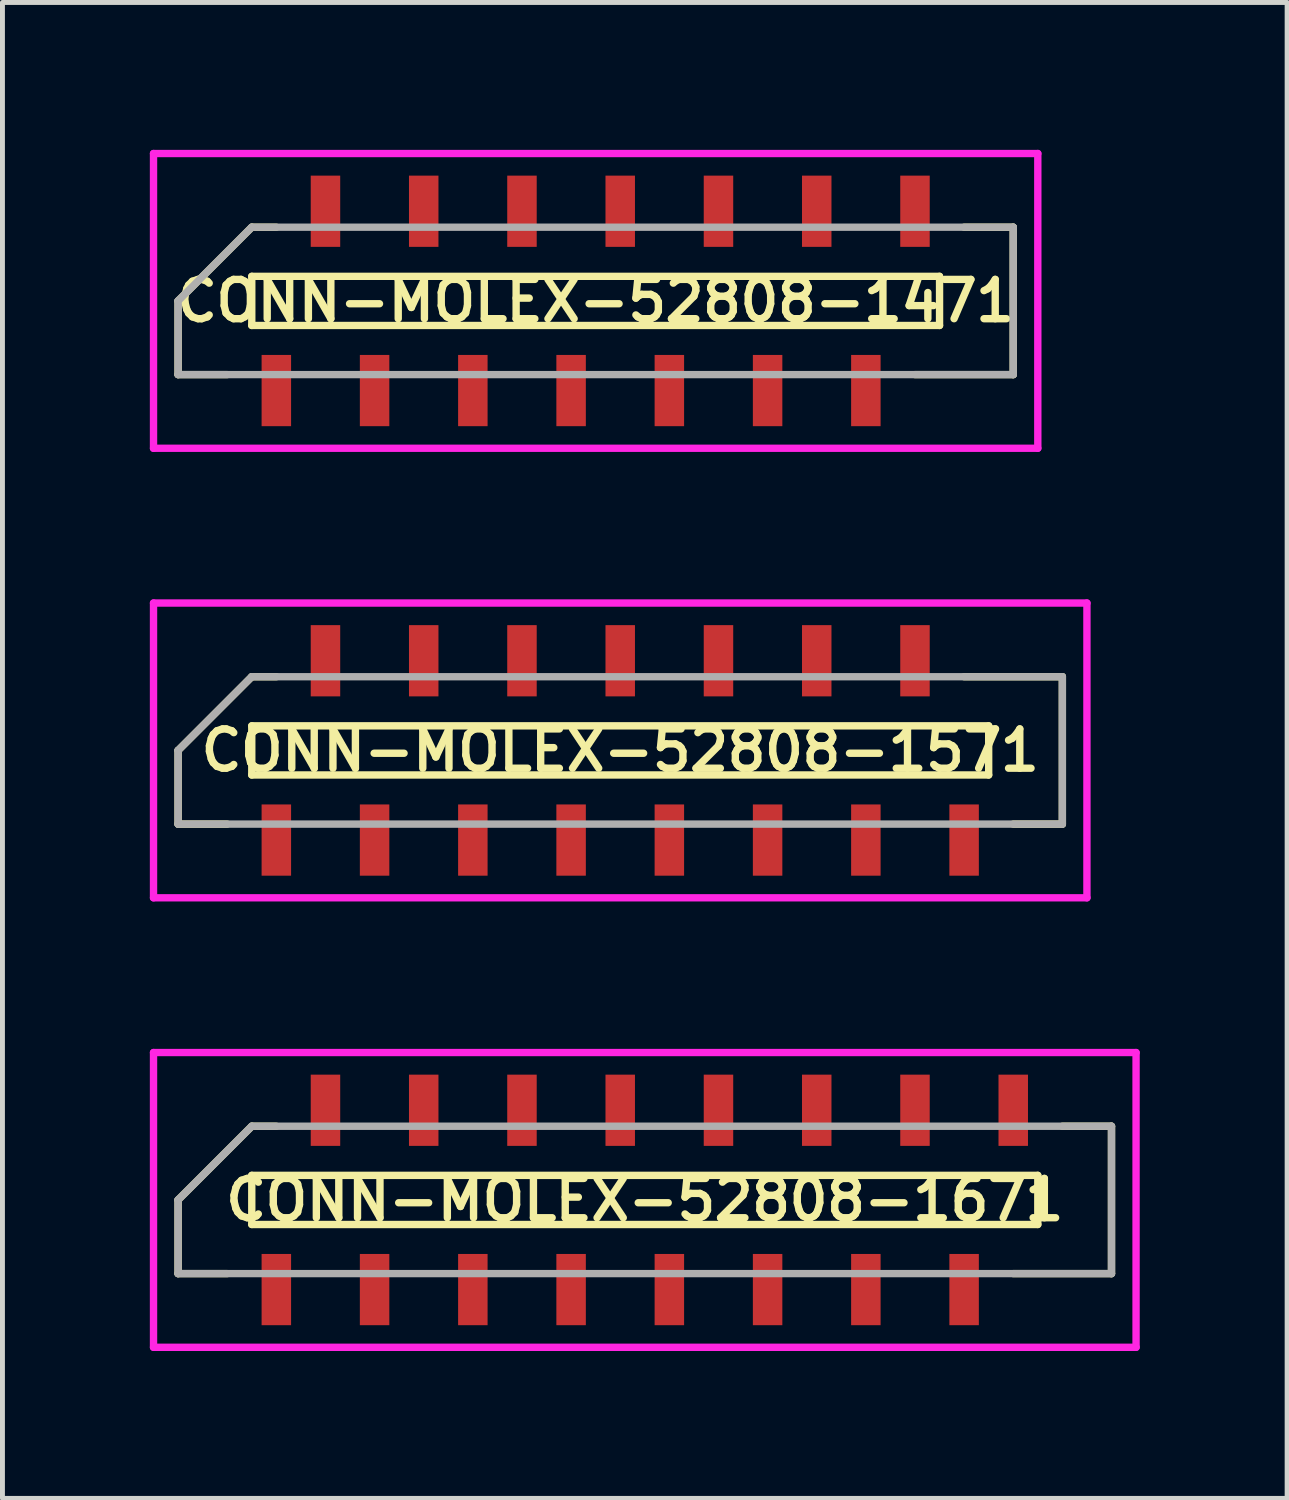
<source format=kicad_pcb>
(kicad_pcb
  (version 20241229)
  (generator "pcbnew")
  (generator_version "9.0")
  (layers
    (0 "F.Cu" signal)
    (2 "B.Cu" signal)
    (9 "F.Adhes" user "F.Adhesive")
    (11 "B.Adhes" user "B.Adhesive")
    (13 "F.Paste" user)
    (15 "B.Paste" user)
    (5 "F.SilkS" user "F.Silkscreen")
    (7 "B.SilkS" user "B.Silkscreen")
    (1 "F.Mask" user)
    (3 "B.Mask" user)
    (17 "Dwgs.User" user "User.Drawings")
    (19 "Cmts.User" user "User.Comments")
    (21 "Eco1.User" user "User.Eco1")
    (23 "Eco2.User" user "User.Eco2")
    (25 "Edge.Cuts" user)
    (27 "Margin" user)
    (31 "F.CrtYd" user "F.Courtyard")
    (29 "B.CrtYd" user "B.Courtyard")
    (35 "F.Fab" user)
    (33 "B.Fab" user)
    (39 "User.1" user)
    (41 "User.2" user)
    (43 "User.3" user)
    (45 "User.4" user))
  (footprint "CONN-MOLEX-52808-1671"
    (layer "F.Cu")
    (at 10.075 21.375)
    (property "Reference" "CONN-MOLEX-52808-1671" (at 0 0 0) (layer "F.SilkS") (effects (font (size 0.8 0.8) (thickness 0.15))))
    (attr through_hole)
    (fp_line (start -9.5 0) (end -9.5 1.5) (stroke (width 0.15) (type solid)) (layer "F.SilkS"))
    (fp_line (start -9.5 0) (end -8 -1.5) (stroke (width 0.15) (type solid)) (layer "F.SilkS"))
    (fp_line (start -8.5 1.5) (end -9.5 1.5) (stroke (width 0.15) (type solid)) (layer "F.SilkS"))
    (fp_line (start -8 -0.5) (end -8 0.5) (stroke (width 0.15) (type solid)) (layer "F.SilkS"))
    (fp_line (start -8 -0.5) (end 8 -0.5) (stroke (width 0.15) (type solid)) (layer "F.SilkS"))
    (fp_line (start -7.5 -1.5) (end -8 -1.5) (stroke (width 0.15) (type solid)) (layer "F.SilkS"))
    (fp_line (start 8 -0.5) (end 8 0.5) (stroke (width 0.15) (type solid)) (layer "F.SilkS"))
    (fp_line (start 8 0.5) (end -8 0.5) (stroke (width 0.15) (type solid)) (layer "F.SilkS"))
    (fp_line (start 8.5 -1.5) (end 9.5 -1.5) (stroke (width 0.15) (type solid)) (layer "F.SilkS"))
    (fp_line (start 9.5 -1.5) (end 9.5 1.5) (stroke (width 0.15) (type solid)) (layer "F.SilkS"))
    (fp_line (start 9.5 1.5) (end 7.5 1.5) (stroke (width 0.15) (type solid)) (layer "F.SilkS"))
    (fp_line (start -10 -3) (end -10 3) (stroke (width 0.15) (type solid)) (layer "F.CrtYd"))
    (fp_line (start -10 3) (end 10 3) (stroke (width 0.15) (type solid)) (layer "F.CrtYd"))
    (fp_line (start 10 -3) (end -10 -3) (stroke (width 0.15) (type solid)) (layer "F.CrtYd"))
    (fp_line (start 10 3) (end 10 -3) (stroke (width 0.15) (type solid)) (layer "F.CrtYd"))
    (fp_line (start -9.5 0) (end -9.5 1.5) (stroke (width 0.15) (type solid)) (layer "F.Fab"))
    (fp_line (start -9.5 1.5) (end 9.5 1.5) (stroke (width 0.15) (type solid)) (layer "F.Fab"))
    (fp_line (start -8 -1.5) (end -9.5 0) (stroke (width 0.15) (type solid)) (layer "F.Fab"))
    (fp_line (start 9.5 -1.5) (end -8 -1.5) (stroke (width 0.15) (type solid)) (layer "F.Fab"))
    (fp_line (start 9.5 1.5) (end 9.5 -1.5) (stroke (width 0.15) (type solid)) (layer "F.Fab"))
    (pad "1" smd rect (at -7.5 1.825) (size 0.6 1.45) (layers "F.Cu" "F.Mask" "F.Paste"))
    (pad "2" smd rect (at -6.5 -1.825) (size 0.6 1.45) (layers "F.Cu" "F.Mask" "F.Paste"))
    (pad "3" smd rect (at -5.5 1.825) (size 0.6 1.45) (layers "F.Cu" "F.Mask" "F.Paste"))
    (pad "4" smd rect (at -4.5 -1.825) (size 0.6 1.45) (layers "F.Cu" "F.Mask" "F.Paste"))
    (pad "5" smd rect (at -3.5 1.825) (size 0.6 1.45) (layers "F.Cu" "F.Mask" "F.Paste"))
    (pad "6" smd rect (at -2.5 -1.825) (size 0.6 1.45) (layers "F.Cu" "F.Mask" "F.Paste"))
    (pad "7" smd rect (at -1.5 1.825) (size 0.6 1.45) (layers "F.Cu" "F.Mask" "F.Paste"))
    (pad "8" smd rect (at -0.5 -1.825) (size 0.6 1.45) (layers "F.Cu" "F.Mask" "F.Paste"))
    (pad "9" smd rect (at 0.5 1.825) (size 0.6 1.45) (layers "F.Cu" "F.Mask" "F.Paste"))
    (pad "10" smd rect (at 1.5 -1.825) (size 0.6 1.45) (layers "F.Cu" "F.Mask" "F.Paste"))
    (pad "11" smd rect (at 2.5 1.825) (size 0.6 1.45) (layers "F.Cu" "F.Mask" "F.Paste"))
    (pad "12" smd rect (at 3.5 -1.825) (size 0.6 1.45) (layers "F.Cu" "F.Mask" "F.Paste"))
    (pad "13" smd rect (at 4.5 1.825) (size 0.6 1.45) (layers "F.Cu" "F.Mask" "F.Paste"))
    (pad "14" smd rect (at 5.5 -1.825) (size 0.6 1.45) (layers "F.Cu" "F.Mask" "F.Paste"))
    (pad "15" smd rect (at 6.5 1.825) (size 0.6 1.45) (layers "F.Cu" "F.Mask" "F.Paste"))
    (pad "16" smd rect (at 7.5 -1.825) (size 0.6 1.45) (layers "F.Cu" "F.Mask" "F.Paste")))
  (footprint "CONN-MOLEX-52808-1471"
    (layer "F.Cu")
    (at 9.075 3.075)
    (property "Reference" "CONN-MOLEX-52808-1471" (at 0 0 0) (layer "F.SilkS") (effects (font (size 0.8 0.8) (thickness 0.15))))
    (attr through_hole)
    (fp_line (start -8.5 0) (end -8.5 1.5) (stroke (width 0.15) (type solid)) (layer "F.SilkS"))
    (fp_line (start -8.5 0) (end -7 -1.5) (stroke (width 0.15) (type solid)) (layer "F.SilkS"))
    (fp_line (start -7.5 1.5) (end -8.5 1.5) (stroke (width 0.15) (type solid)) (layer "F.SilkS"))
    (fp_line (start -7 -0.5) (end -7 0.5) (stroke (width 0.15) (type solid)) (layer "F.SilkS"))
    (fp_line (start -7 -0.5) (end 7 -0.5) (stroke (width 0.15) (type solid)) (layer "F.SilkS"))
    (fp_line (start -6.5 -1.5) (end -7 -1.5) (stroke (width 0.15) (type solid)) (layer "F.SilkS"))
    (fp_line (start 7 -0.5) (end 7 0.5) (stroke (width 0.15) (type solid)) (layer "F.SilkS"))
    (fp_line (start 7 0.5) (end -7 0.5) (stroke (width 0.15) (type solid)) (layer "F.SilkS"))
    (fp_line (start 7.5 -1.5) (end 8.5 -1.5) (stroke (width 0.15) (type solid)) (layer "F.SilkS"))
    (fp_line (start 8.5 -1.5) (end 8.5 1.5) (stroke (width 0.15) (type solid)) (layer "F.SilkS"))
    (fp_line (start 8.5 1.5) (end 6.5 1.5) (stroke (width 0.15) (type solid)) (layer "F.SilkS"))
    (fp_line (start -9 -3) (end -9 3) (stroke (width 0.15) (type solid)) (layer "F.CrtYd"))
    (fp_line (start -9 3) (end 9 3) (stroke (width 0.15) (type solid)) (layer "F.CrtYd"))
    (fp_line (start 9 -3) (end -9 -3) (stroke (width 0.15) (type solid)) (layer "F.CrtYd"))
    (fp_line (start 9 3) (end 9 -3) (stroke (width 0.15) (type solid)) (layer "F.CrtYd"))
    (fp_line (start -8.5 0) (end -8.5 1.5) (stroke (width 0.15) (type solid)) (layer "F.Fab"))
    (fp_line (start -8.5 1.5) (end 8.5 1.5) (stroke (width 0.15) (type solid)) (layer "F.Fab"))
    (fp_line (start -7 -1.5) (end -8.5 0) (stroke (width 0.15) (type solid)) (layer "F.Fab"))
    (fp_line (start 8.5 -1.5) (end -7 -1.5) (stroke (width 0.15) (type solid)) (layer "F.Fab"))
    (fp_line (start 8.5 1.5) (end 8.5 -1.5) (stroke (width 0.15) (type solid)) (layer "F.Fab"))
    (pad "1" smd rect (at -6.5 1.825) (size 0.6 1.45) (layers "F.Cu" "F.Mask" "F.Paste"))
    (pad "2" smd rect (at -5.5 -1.825) (size 0.6 1.45) (layers "F.Cu" "F.Mask" "F.Paste"))
    (pad "3" smd rect (at -4.5 1.825) (size 0.6 1.45) (layers "F.Cu" "F.Mask" "F.Paste"))
    (pad "4" smd rect (at -3.5 -1.825) (size 0.6 1.45) (layers "F.Cu" "F.Mask" "F.Paste"))
    (pad "5" smd rect (at -2.5 1.825) (size 0.6 1.45) (layers "F.Cu" "F.Mask" "F.Paste"))
    (pad "6" smd rect (at -1.5 -1.825) (size 0.6 1.45) (layers "F.Cu" "F.Mask" "F.Paste"))
    (pad "7" smd rect (at -0.5 1.825) (size 0.6 1.45) (layers "F.Cu" "F.Mask" "F.Paste"))
    (pad "8" smd rect (at 0.5 -1.825) (size 0.6 1.45) (layers "F.Cu" "F.Mask" "F.Paste"))
    (pad "9" smd rect (at 1.5 1.825) (size 0.6 1.45) (layers "F.Cu" "F.Mask" "F.Paste"))
    (pad "10" smd rect (at 2.5 -1.825) (size 0.6 1.45) (layers "F.Cu" "F.Mask" "F.Paste"))
    (pad "11" smd rect (at 3.5 1.825) (size 0.6 1.45) (layers "F.Cu" "F.Mask" "F.Paste"))
    (pad "12" smd rect (at 4.5 -1.825) (size 0.6 1.45) (layers "F.Cu" "F.Mask" "F.Paste"))
    (pad "13" smd rect (at 5.5 1.825) (size 0.6 1.45) (layers "F.Cu" "F.Mask" "F.Paste"))
    (pad "14" smd rect (at 6.5 -1.825) (size 0.6 1.45) (layers "F.Cu" "F.Mask" "F.Paste")))
  (footprint "CONN-MOLEX-52808-1571"
    (layer "F.Cu")
    (at 9.575 12.225)
    (property "Reference" "CONN-MOLEX-52808-1571" (at 0 0 0) (layer "F.SilkS") (effects (font (size 0.8 0.8) (thickness 0.15))))
    (attr through_hole)
    (fp_line (start -9 0) (end -9 1.5) (stroke (width 0.15) (type solid)) (layer "F.SilkS"))
    (fp_line (start -9 0) (end -7.5 -1.5) (stroke (width 0.15) (type solid)) (layer "F.SilkS"))
    (fp_line (start -8 1.5) (end -9 1.5) (stroke (width 0.15) (type solid)) (layer "F.SilkS"))
    (fp_line (start -7.5 -0.5) (end -7.5 0.5) (stroke (width 0.15) (type solid)) (layer "F.SilkS"))
    (fp_line (start -7.5 -0.5) (end 7.5 -0.5) (stroke (width 0.15) (type solid)) (layer "F.SilkS"))
    (fp_line (start -7 -1.5) (end -7.5 -1.5) (stroke (width 0.15) (type solid)) (layer "F.SilkS"))
    (fp_line (start 7.5 -0.5) (end 7.5 0.5) (stroke (width 0.15) (type solid)) (layer "F.SilkS"))
    (fp_line (start 7.5 0.5) (end -7.5 0.5) (stroke (width 0.15) (type solid)) (layer "F.SilkS"))
    (fp_line (start 8 1.5) (end 9 1.5) (stroke (width 0.15) (type solid)) (layer "F.SilkS"))
    (fp_line (start 9 -1.5) (end 7 -1.5) (stroke (width 0.15) (type solid)) (layer "F.SilkS"))
    (fp_line (start 9 -1.5) (end 9 1.5) (stroke (width 0.15) (type solid)) (layer "F.SilkS"))
    (fp_line (start -9.5 -3) (end -9.5 3) (stroke (width 0.15) (type solid)) (layer "F.CrtYd"))
    (fp_line (start -9.5 3) (end 9.5 3) (stroke (width 0.15) (type solid)) (layer "F.CrtYd"))
    (fp_line (start 9.5 -3) (end -9.5 -3) (stroke (width 0.15) (type solid)) (layer "F.CrtYd"))
    (fp_line (start 9.5 3) (end 9.5 -3) (stroke (width 0.15) (type solid)) (layer "F.CrtYd"))
    (fp_line (start -9 0) (end -9 1.5) (stroke (width 0.15) (type solid)) (layer "F.Fab"))
    (fp_line (start -9 1.5) (end 9 1.5) (stroke (width 0.15) (type solid)) (layer "F.Fab"))
    (fp_line (start -7.5 -1.5) (end -9 0) (stroke (width 0.15) (type solid)) (layer "F.Fab"))
    (fp_line (start 9 -1.5) (end -7.5 -1.5) (stroke (width 0.15) (type solid)) (layer "F.Fab"))
    (fp_line (start 9 1.5) (end 9 -1.5) (stroke (width 0.15) (type solid)) (layer "F.Fab"))
    (pad "1" smd rect (at -7 1.825) (size 0.6 1.45) (layers "F.Cu" "F.Mask" "F.Paste"))
    (pad "2" smd rect (at -6 -1.825) (size 0.6 1.45) (layers "F.Cu" "F.Mask" "F.Paste"))
    (pad "3" smd rect (at -5 1.825) (size 0.6 1.45) (layers "F.Cu" "F.Mask" "F.Paste"))
    (pad "4" smd rect (at -4 -1.825) (size 0.6 1.45) (layers "F.Cu" "F.Mask" "F.Paste"))
    (pad "5" smd rect (at -3 1.825) (size 0.6 1.45) (layers "F.Cu" "F.Mask" "F.Paste"))
    (pad "6" smd rect (at -2 -1.825) (size 0.6 1.45) (layers "F.Cu" "F.Mask" "F.Paste"))
    (pad "7" smd rect (at -1 1.825) (size 0.6 1.45) (layers "F.Cu" "F.Mask" "F.Paste"))
    (pad "8" smd rect (at 0 -1.825) (size 0.6 1.45) (layers "F.Cu" "F.Mask" "F.Paste"))
    (pad "9" smd rect (at 1 1.825) (size 0.6 1.45) (layers "F.Cu" "F.Mask" "F.Paste"))
    (pad "10" smd rect (at 2 -1.825) (size 0.6 1.45) (layers "F.Cu" "F.Mask" "F.Paste"))
    (pad "11" smd rect (at 3 1.825) (size 0.6 1.45) (layers "F.Cu" "F.Mask" "F.Paste"))
    (pad "12" smd rect (at 4 -1.825) (size 0.6 1.45) (layers "F.Cu" "F.Mask" "F.Paste"))
    (pad "13" smd rect (at 5 1.825) (size 0.6 1.45) (layers "F.Cu" "F.Mask" "F.Paste"))
    (pad "14" smd rect (at 6 -1.825) (size 0.6 1.45) (layers "F.Cu" "F.Mask" "F.Paste"))
    (pad "15" smd rect (at 7 1.825) (size 0.6 1.45) (layers "F.Cu" "F.Mask" "F.Paste")))
  (gr_rect
    (start -3 -3)
    (end 23.15 27.45)
    (stroke (width 0.1) (type default))
    (fill no)
    (layer "Edge.Cuts")))
</source>
